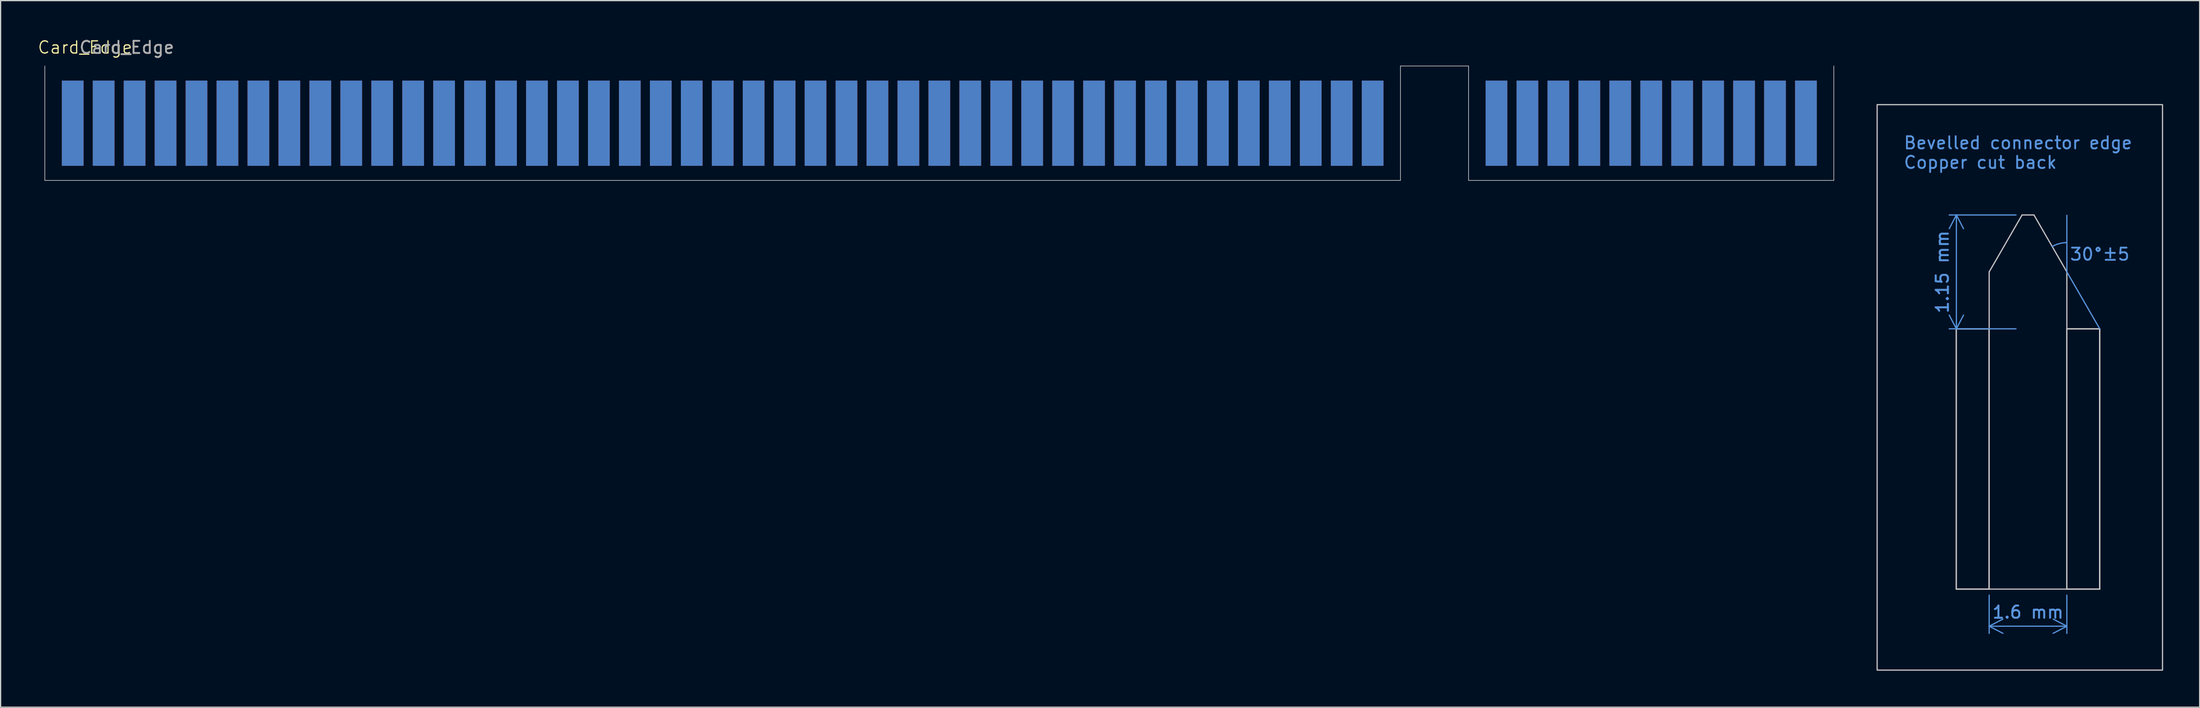
<source format=kicad_pcb>
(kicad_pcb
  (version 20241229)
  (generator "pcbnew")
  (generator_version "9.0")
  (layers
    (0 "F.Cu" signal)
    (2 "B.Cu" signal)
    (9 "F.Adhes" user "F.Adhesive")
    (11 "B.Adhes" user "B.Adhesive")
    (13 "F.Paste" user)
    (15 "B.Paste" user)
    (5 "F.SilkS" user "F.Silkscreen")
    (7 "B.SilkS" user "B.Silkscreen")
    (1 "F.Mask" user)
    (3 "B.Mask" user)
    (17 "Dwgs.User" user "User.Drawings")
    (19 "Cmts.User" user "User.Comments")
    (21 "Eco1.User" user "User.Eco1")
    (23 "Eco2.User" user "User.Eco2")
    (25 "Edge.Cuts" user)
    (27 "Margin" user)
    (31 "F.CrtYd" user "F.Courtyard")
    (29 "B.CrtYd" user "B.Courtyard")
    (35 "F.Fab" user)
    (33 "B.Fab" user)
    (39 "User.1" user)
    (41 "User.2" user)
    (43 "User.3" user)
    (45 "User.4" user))
  (footprint "Card_Edge"
    (layer "F.Cu")
    (at 76.702 10.246)
    (property "Reference" "Card_Edge" (at -72.771 -9.398 0) (unlocked yes) (layer "F.SilkS") (effects (font (size 1 1) (thickness 0.1))))
    (attr smd)
    (fp_line (start 80.79 13.719) (end 83.49 13.719) (stroke (width 0.1) (type default)) (layer "Dwgs.User"))
    (fp_line (start 80.79 35.103) (end 80.79 13.719) (stroke (width 0.1) (type default)) (layer "Dwgs.User"))
    (fp_line (start 80.79 35.103) (end 83.49 35.103) (stroke (width 0.1) (type default)) (layer "Dwgs.User"))
    (fp_line (start 83.49 9.042) (end 83.49 35.103) (stroke (width 0.1) (type default)) (layer "Dwgs.User"))
    (fp_line (start 83.49 9.042) (end 86.19 4.366) (stroke (width 0.1) (type default)) (layer "Dwgs.User"))
    (fp_line (start 83.49 35.103) (end 89.865 35.103) (stroke (width 0.1) (type default)) (layer "Dwgs.User"))
    (fp_line (start 86.19 4.366) (end 87.165 4.366) (stroke (width 0.1) (type default)) (layer "Dwgs.User"))
    (fp_line (start 89.865 9.042) (end 87.165 4.366) (stroke (width 0.1) (type default)) (layer "Dwgs.User"))
    (fp_line (start 89.865 35.103) (end 89.865 9.042) (stroke (width 0.1) (type default)) (layer "Dwgs.User"))
    (fp_line (start 92.565 13.719) (end 89.865 13.719) (stroke (width 0.1) (type default)) (layer "Dwgs.User"))
    (fp_line (start 92.565 13.719) (end 92.565 35.103) (stroke (width 0.1) (type default)) (layer "Dwgs.User"))
    (fp_line (start 92.565 35.103) (end 89.865 35.103) (stroke (width 0.1) (type default)) (layer "Dwgs.User"))
    (fp_rect (start 74.295 -4.699) (end 97.714 41.758) (stroke (width 0.1) (type default)) (fill no) (layer "Dwgs.User"))
    (fp_rect (start 80.79 13.719) (end 83.479 35.103) (stroke (width 0.1) (type default)) (fill no) (layer "Dwgs.User"))
    (fp_rect (start 89.865 13.719) (end 92.555 35.103) (stroke (width 0.1) (type default)) (fill no) (layer "Dwgs.User"))
    (fp_line (start 89.865 9.042) (end 89.865 4.394) (stroke (width 0.1) (type default)) (layer "Cmts.User"))
    (fp_line (start 92.565 13.719) (end 89.865 9.042) (stroke (width 0.1) (type default)) (layer "Cmts.User"))
    (fp_arc (start 88.662611 6.958216) (mid 89.242716 6.71806) (end 89.8652 6.636149) (stroke (width 0.1) (type default)) (layer "Cmts.User"))
    (fp_line (start -76.073 -7.874) (end -76.073 1.524) (stroke (width 0.05) (type default)) (layer "Edge.Cuts"))
    (fp_line (start -76.073 1.524) (end 35.179 1.524) (stroke (width 0.05) (type default)) (layer "Edge.Cuts"))
    (fp_line (start 35.179 -7.874) (end 40.767 -7.874) (stroke (width 0.05) (type default)) (layer "Edge.Cuts"))
    (fp_line (start 35.179 1.524) (end 35.179 -7.874) (stroke (width 0.05) (type default)) (layer "Edge.Cuts"))
    (fp_line (start 40.767 -7.874) (end 40.767 1.524) (stroke (width 0.05) (type default)) (layer "Edge.Cuts"))
    (fp_line (start 40.767 1.524) (end 70.739 1.524) (stroke (width 0.05) (type default)) (layer "Edge.Cuts"))
    (fp_line (start 70.739 1.524) (end 70.739 -7.874) (stroke (width 0.05) (type default)) (layer "Edge.Cuts"))
    (fp_text user "30°±5" (at 90.043 8.179 0) (unlocked yes) (layer "Cmts.User") (effects (font (size 1 1) (thickness 0.15)) (justify left bottom)))
    (fp_text user "Bevelled connector edge\nCopper cut back" (at 76.403 0.635 0) (unlocked yes) (layer "Cmts.User") (effects (font (size 1 1) (thickness 0.15)) (justify left bottom)))
    (fp_text user "${REFERENCE}" (at -69.342 -9.398 0) (unlocked yes) (layer "F.Fab") (effects (font (size 1 1) (thickness 0.15))))
    (dimension (type aligned) (layer "Cmts.User") (pts (xy 162.892 23.965) (xy 162.892 14.612)) (height -5.392) (format (prefix "") (suffix "") (units 3) (units_format 1) (precision 4) (override_value "1.15")) (style (thickness 0.1) (arrow_length 1.27) (text_position_mode 0) (arrow_direction outward) (extension_height 0.586) (extension_offset 0.5) (keep_text_aligned yes)) (gr_text "1.15 mm" (at 156.349 19.289 90) (layer "Cmts.User") (effects (font (size 1 1) (thickness 0.15)))))
    (dimension (type aligned) (layer "Cmts.User") (pts (xy 160.192 45.349) (xy 166.567 45.349)) (height 3.048) (format (prefix "") (suffix "") (units 3) (units_format 1) (precision 4) (override_value "1.6")) (style (thickness 0.1) (arrow_length 1.27) (text_position_mode 0) (arrow_direction outward) (extension_height 0.586) (extension_offset 0.5) (keep_text_aligned yes)) (gr_text "1.6 mm" (at 163.379 47.247 0) (layer "Cmts.User") (effects (font (size 1 1) (thickness 0.15)))))
    (pad "a1" connect rect (at -73.787 -3.175) (size 1.78 7) (layers "F.Cu" "F.Mask"))
    (pad "a2" connect rect (at -71.247 -3.175) (size 1.78 7) (layers "F.Cu" "F.Mask"))
    (pad "a3" connect rect (at -68.707 -3.175) (size 1.78 7) (layers "F.Cu" "F.Mask"))
    (pad "a4" connect rect (at -66.167 -3.175) (size 1.78 7) (layers "F.Cu" "F.Mask"))
    (pad "a5" connect rect (at -63.627 -3.175) (size 1.78 7) (layers "F.Cu" "F.Mask"))
    (pad "a6" connect rect (at -61.087 -3.175) (size 1.78 7) (layers "F.Cu" "F.Mask"))
    (pad "a7" connect rect (at -58.547 -3.175) (size 1.78 7) (layers "F.Cu" "F.Mask"))
    (pad "a8" connect rect (at -56.007 -3.175) (size 1.78 7) (layers "F.Cu" "F.Mask"))
    (pad "a9" connect rect (at -53.467 -3.175) (size 1.78 7) (layers "F.Cu" "F.Mask"))
    (pad "a10" connect rect (at -50.927 -3.175) (size 1.78 7) (layers "F.Cu" "F.Mask"))
    (pad "a11" connect rect (at -48.387 -3.175) (size 1.78 7) (layers "F.Cu" "F.Mask"))
    (pad "a12" connect rect (at -45.847 -3.175) (size 1.78 7) (layers "F.Cu" "F.Mask"))
    (pad "a13" connect rect (at -43.307 -3.175) (size 1.78 7) (layers "F.Cu" "F.Mask"))
    (pad "a14" connect rect (at -40.767 -3.175) (size 1.78 7) (layers "F.Cu" "F.Mask"))
    (pad "a15" connect rect (at -38.227 -3.175) (size 1.78 7) (layers "F.Cu" "F.Mask"))
    (pad "a16" connect rect (at -35.687 -3.175) (size 1.78 7) (layers "F.Cu" "F.Mask"))
    (pad "a17" connect rect (at -33.147 -3.175) (size 1.78 7) (layers "F.Cu" "F.Mask"))
    (pad "a18" connect rect (at -30.607 -3.175) (size 1.78 7) (layers "F.Cu" "F.Mask"))
    (pad "a19" connect rect (at -28.067 -3.175) (size 1.78 7) (layers "F.Cu" "F.Mask"))
    (pad "a20" connect rect (at -25.527 -3.175) (size 1.78 7) (layers "F.Cu" "F.Mask"))
    (pad "a21" connect rect (at -22.987 -3.175) (size 1.78 7) (layers "F.Cu" "F.Mask"))
    (pad "a22" connect rect (at -20.447 -3.175) (size 1.78 7) (layers "F.Cu" "F.Mask"))
    (pad "a23" connect rect (at -17.907 -3.175) (size 1.78 7) (layers "F.Cu" "F.Mask"))
    (pad "a24" connect rect (at -15.367 -3.175) (size 1.78 7) (layers "F.Cu" "F.Mask"))
    (pad "a25" connect rect (at -12.827 -3.175) (size 1.78 7) (layers "F.Cu" "F.Mask"))
    (pad "a26" connect rect (at -10.287 -3.175) (size 1.78 7) (layers "F.Cu" "F.Mask"))
    (pad "a27" connect rect (at -7.747 -3.175) (size 1.78 7) (layers "F.Cu" "F.Mask"))
    (pad "a28" connect rect (at -5.207 -3.175) (size 1.78 7) (layers "F.Cu" "F.Mask"))
    (pad "a29" connect rect (at -2.667 -3.175) (size 1.78 7) (layers "F.Cu" "F.Mask"))
    (pad "a30" connect rect (at -0.127 -3.175) (size 1.78 7) (layers "F.Cu" "F.Mask"))
    (pad "a31" connect rect (at 2.413 -3.175) (size 1.78 7) (layers "F.Cu" "F.Mask"))
    (pad "a32" connect rect (at 4.953 -3.175) (size 1.78 7) (layers "F.Cu" "F.Mask"))
    (pad "a33" connect rect (at 7.493 -3.175) (size 1.78 7) (layers "F.Cu" "F.Mask"))
    (pad "a34" connect rect (at 10.033 -3.175) (size 1.78 7) (layers "F.Cu" "F.Mask"))
    (pad "a35" connect rect (at 12.573 -3.175) (size 1.78 7) (layers "F.Cu" "F.Mask"))
    (pad "a36" connect rect (at 15.113 -3.175) (size 1.78 7) (layers "F.Cu" "F.Mask"))
    (pad "a37" connect rect (at 17.653 -3.175) (size 1.78 7) (layers "F.Cu" "F.Mask"))
    (pad "a38" connect rect (at 20.193 -3.175) (size 1.78 7) (layers "F.Cu" "F.Mask"))
    (pad "a39" connect rect (at 22.733 -3.175) (size 1.78 7) (layers "F.Cu" "F.Mask"))
    (pad "a40" connect rect (at 25.273 -3.175) (size 1.78 7) (layers "F.Cu" "F.Mask"))
    (pad "a41" connect rect (at 27.813 -3.175) (size 1.78 7) (layers "F.Cu" "F.Mask"))
    (pad "a42" connect rect (at 30.353 -3.175) (size 1.78 7) (layers "F.Cu" "F.Mask"))
    (pad "a43" connect rect (at 32.893 -3.175) (size 1.78 7) (layers "F.Cu" "F.Mask"))
    (pad "b1" connect rect (at -73.787 -3.175) (size 1.78 7) (layers "B.Cu" "B.Mask"))
    (pad "b2" connect rect (at -71.247 -3.175) (size 1.78 7) (layers "B.Cu" "B.Mask"))
    (pad "b3" connect rect (at -68.707 -3.175) (size 1.78 7) (layers "B.Cu" "B.Mask"))
    (pad "b4" connect rect (at -66.167 -3.175) (size 1.78 7) (layers "B.Cu" "B.Mask"))
    (pad "b5" connect rect (at -63.627 -3.175) (size 1.78 7) (layers "B.Cu" "B.Mask"))
    (pad "b6" connect rect (at -61.087 -3.175) (size 1.78 7) (layers "B.Cu" "B.Mask"))
    (pad "b7" connect rect (at -58.547 -3.175) (size 1.78 7) (layers "B.Cu" "B.Mask"))
    (pad "b8" connect rect (at -56.007 -3.175) (size 1.78 7) (layers "B.Cu" "B.Mask"))
    (pad "b9" connect rect (at -53.467 -3.175) (size 1.78 7) (layers "B.Cu" "B.Mask"))
    (pad "b10" connect rect (at -50.927 -3.175) (size 1.78 7) (layers "B.Cu" "B.Mask"))
    (pad "b11" connect rect (at -48.387 -3.175) (size 1.78 7) (layers "B.Cu" "B.Mask"))
    (pad "b12" connect rect (at -45.847 -3.175) (size 1.78 7) (layers "B.Cu" "B.Mask"))
    (pad "b13" connect rect (at -43.307 -3.175) (size 1.78 7) (layers "B.Cu" "B.Mask"))
    (pad "b14" connect rect (at -40.767 -3.175) (size 1.78 7) (layers "B.Cu" "B.Mask"))
    (pad "b15" connect rect (at -38.227 -3.175) (size 1.78 7) (layers "B.Cu" "B.Mask"))
    (pad "b16" connect rect (at -35.687 -3.175) (size 1.78 7) (layers "B.Cu" "B.Mask"))
    (pad "b17" connect rect (at -33.147 -3.175) (size 1.78 7) (layers "B.Cu" "B.Mask"))
    (pad "b18" connect rect (at -30.607 -3.175) (size 1.78 7) (layers "B.Cu" "B.Mask"))
    (pad "b19" connect rect (at -28.067 -3.175) (size 1.78 7) (layers "B.Cu" "B.Mask"))
    (pad "b20" connect rect (at -25.527 -3.175) (size 1.78 7) (layers "B.Cu" "B.Mask"))
    (pad "b21" connect rect (at -22.987 -3.175) (size 1.78 7) (layers "B.Cu" "B.Mask"))
    (pad "b22" connect rect (at -20.447 -3.175) (size 1.78 7) (layers "B.Cu" "B.Mask"))
    (pad "b23" connect rect (at -17.907 -3.175) (size 1.78 7) (layers "B.Cu" "B.Mask"))
    (pad "b24" connect rect (at -15.367 -3.175) (size 1.78 7) (layers "B.Cu" "B.Mask"))
    (pad "b25" connect rect (at -12.827 -3.175) (size 1.78 7) (layers "B.Cu" "B.Mask"))
    (pad "b26" connect rect (at -10.287 -3.175) (size 1.78 7) (layers "B.Cu" "B.Mask"))
    (pad "b27" connect rect (at -7.747 -3.175) (size 1.78 7) (layers "B.Cu" "B.Mask"))
    (pad "b28" connect rect (at -5.207 -3.175) (size 1.78 7) (layers "B.Cu" "B.Mask"))
    (pad "b29" connect rect (at -2.667 -3.175) (size 1.78 7) (layers "B.Cu" "B.Mask"))
    (pad "b30" connect rect (at -0.127 -3.175) (size 1.78 7) (layers "B.Cu" "B.Mask"))
    (pad "b31" connect rect (at 2.413 -3.175) (size 1.78 7) (layers "B.Cu" "B.Mask"))
    (pad "b32" connect rect (at 4.953 -3.175) (size 1.78 7) (layers "B.Cu" "B.Mask"))
    (pad "b33" connect rect (at 7.493 -3.175) (size 1.78 7) (layers "B.Cu" "B.Mask"))
    (pad "b34" connect rect (at 10.033 -3.175) (size 1.78 7) (layers "B.Cu" "B.Mask"))
    (pad "b35" connect rect (at 12.573 -3.175) (size 1.78 7) (layers "B.Cu" "B.Mask"))
    (pad "b36" connect rect (at 15.113 -3.175) (size 1.78 7) (layers "B.Cu" "B.Mask"))
    (pad "b37" connect rect (at 17.653 -3.175) (size 1.78 7) (layers "B.Cu" "B.Mask"))
    (pad "b38" connect rect (at 20.193 -3.175) (size 1.78 7) (layers "B.Cu" "B.Mask"))
    (pad "b39" connect rect (at 22.733 -3.175) (size 1.78 7) (layers "B.Cu" "B.Mask"))
    (pad "b40" connect rect (at 25.273 -3.175) (size 1.78 7) (layers "B.Cu" "B.Mask"))
    (pad "b41" connect rect (at 27.813 -3.175) (size 1.78 7) (layers "B.Cu" "B.Mask"))
    (pad "b42" connect rect (at 30.353 -3.175) (size 1.78 7) (layers "B.Cu" "B.Mask"))
    (pad "b43" connect rect (at 32.893 -3.175) (size 1.78 7) (layers "B.Cu" "B.Mask"))
    (pad "c1" connect rect (at 43.053 -3.175) (size 1.78 7) (layers "F.Cu" "F.Mask"))
    (pad "c2" connect rect (at 45.593 -3.175) (size 1.78 7) (layers "F.Cu" "F.Mask"))
    (pad "c3" connect rect (at 48.133 -3.175) (size 1.78 7) (layers "F.Cu" "F.Mask"))
    (pad "c4" connect rect (at 50.673 -3.175) (size 1.78 7) (layers "F.Cu" "F.Mask"))
    (pad "c5" connect rect (at 53.213 -3.175) (size 1.78 7) (layers "F.Cu" "F.Mask"))
    (pad "c6" connect rect (at 55.753 -3.175) (size 1.78 7) (layers "F.Cu" "F.Mask"))
    (pad "c7" connect rect (at 58.293 -3.175) (size 1.78 7) (layers "F.Cu" "F.Mask"))
    (pad "c8" connect rect (at 60.833 -3.175) (size 1.78 7) (layers "F.Cu" "F.Mask"))
    (pad "c9" connect rect (at 63.373 -3.175) (size 1.78 7) (layers "F.Cu" "F.Mask"))
    (pad "c10" connect rect (at 65.913 -3.175) (size 1.78 7) (layers "F.Cu" "F.Mask"))
    (pad "c11" connect rect (at 68.453 -3.175) (size 1.78 7) (layers "F.Cu" "F.Mask"))
    (pad "d1" connect rect (at 43.053 -3.175) (size 1.78 7) (layers "B.Cu" "B.Mask"))
    (pad "d2" connect rect (at 45.593 -3.175) (size 1.78 7) (layers "B.Cu" "B.Mask"))
    (pad "d3" connect rect (at 48.133 -3.175) (size 1.78 7) (layers "B.Cu" "B.Mask"))
    (pad "d4" connect rect (at 50.673 -3.175) (size 1.78 7) (layers "B.Cu" "B.Mask"))
    (pad "d5" connect rect (at 53.213 -3.175) (size 1.78 7) (layers "B.Cu" "B.Mask"))
    (pad "d6" connect rect (at 55.753 -3.175) (size 1.78 7) (layers "B.Cu" "B.Mask"))
    (pad "d7" connect rect (at 58.293 -3.175) (size 1.78 7) (layers "B.Cu" "B.Mask"))
    (pad "d8" connect rect (at 60.833 -3.175) (size 1.78 7) (layers "B.Cu" "B.Mask"))
    (pad "d9" connect rect (at 63.373 -3.175) (size 1.78 7) (layers "B.Cu" "B.Mask"))
    (pad "d10" connect rect (at 65.913 -3.175) (size 1.78 7) (layers "B.Cu" "B.Mask"))
    (pad "d11" connect rect (at 68.453 -3.175) (size 1.78 7) (layers "B.Cu" "B.Mask")))
  (gr_rect
    (start -3 -3)
    (end 177.466 55.054)
    (stroke (width 0.1) (type default))
    (fill no)
    (layer "Edge.Cuts")))
</source>
